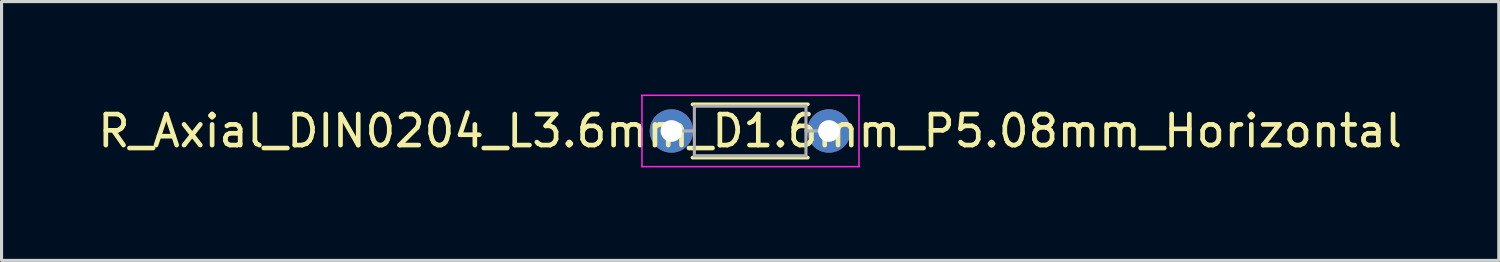
<source format=kicad_pcb>
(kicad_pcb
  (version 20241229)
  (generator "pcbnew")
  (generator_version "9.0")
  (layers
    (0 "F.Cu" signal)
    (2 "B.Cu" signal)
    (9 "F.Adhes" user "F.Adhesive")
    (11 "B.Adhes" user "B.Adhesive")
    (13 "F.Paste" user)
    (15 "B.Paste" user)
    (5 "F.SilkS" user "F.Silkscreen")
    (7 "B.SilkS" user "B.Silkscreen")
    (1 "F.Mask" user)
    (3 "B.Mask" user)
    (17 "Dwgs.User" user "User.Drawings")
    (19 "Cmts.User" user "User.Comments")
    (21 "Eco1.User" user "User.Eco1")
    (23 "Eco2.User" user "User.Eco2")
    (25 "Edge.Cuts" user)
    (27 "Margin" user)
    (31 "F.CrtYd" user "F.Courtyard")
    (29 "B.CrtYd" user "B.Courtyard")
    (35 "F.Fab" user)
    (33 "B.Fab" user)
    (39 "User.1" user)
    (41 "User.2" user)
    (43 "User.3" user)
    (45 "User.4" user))
  (footprint "R_Axial_DIN0204_L3.6mm_D1.6mm_P5.08mm_Horizontal"
    (layer "F.Cu")
    (at 18.609 1.175)
    (property "Reference" "R_Axial_DIN0204_L3.6mm_D1.6mm_P5.08mm_Horizontal" (at 2.54 0 180) (layer "F.SilkS") (effects (font (size 1 1) (thickness 0.15))))
    (attr through_hole)
    (fp_line (start 0.68 -0.86) (end 4.4 -0.86) (stroke (width 0.12) (type solid)) (layer "F.SilkS"))
    (fp_line (start 0.68 0.86) (end 4.4 0.86) (stroke (width 0.12) (type solid)) (layer "F.SilkS"))
    (fp_line (start -0.95 -1.15) (end -0.95 1.15) (stroke (width 0.05) (type solid)) (layer "F.CrtYd"))
    (fp_line (start -0.95 1.15) (end 6.05 1.15) (stroke (width 0.05) (type solid)) (layer "F.CrtYd"))
    (fp_line (start 6.05 -1.15) (end -0.95 -1.15) (stroke (width 0.05) (type solid)) (layer "F.CrtYd"))
    (fp_line (start 6.05 1.15) (end 6.05 -1.15) (stroke (width 0.05) (type solid)) (layer "F.CrtYd"))
    (fp_line (start 0 0) (end 0.74 0) (stroke (width 0.1) (type solid)) (layer "F.Fab"))
    (fp_line (start 0.74 -0.8) (end 0.74 0.8) (stroke (width 0.1) (type solid)) (layer "F.Fab"))
    (fp_line (start 0.74 0.8) (end 4.34 0.8) (stroke (width 0.1) (type solid)) (layer "F.Fab"))
    (fp_line (start 4.34 -0.8) (end 0.74 -0.8) (stroke (width 0.1) (type solid)) (layer "F.Fab"))
    (fp_line (start 4.34 0.8) (end 4.34 -0.8) (stroke (width 0.1) (type solid)) (layer "F.Fab"))
    (fp_line (start 5.08 0) (end 4.34 0) (stroke (width 0.1) (type solid)) (layer "F.Fab"))
    (pad "1" thru_hole circle (at 0 0) (size 1.4 1.4) (drill 0.7) (layers "*.Cu" "*.Mask"))
    (pad "2" thru_hole oval (at 5.08 0) (size 1.4 1.4) (drill 0.7) (layers "*.Cu" "*.Mask")))
  (gr_rect
    (start -3 -3)
    (end 45.298 5.35)
    (stroke (width 0.1) (type default))
    (fill no)
    (layer "Edge.Cuts")))
</source>
